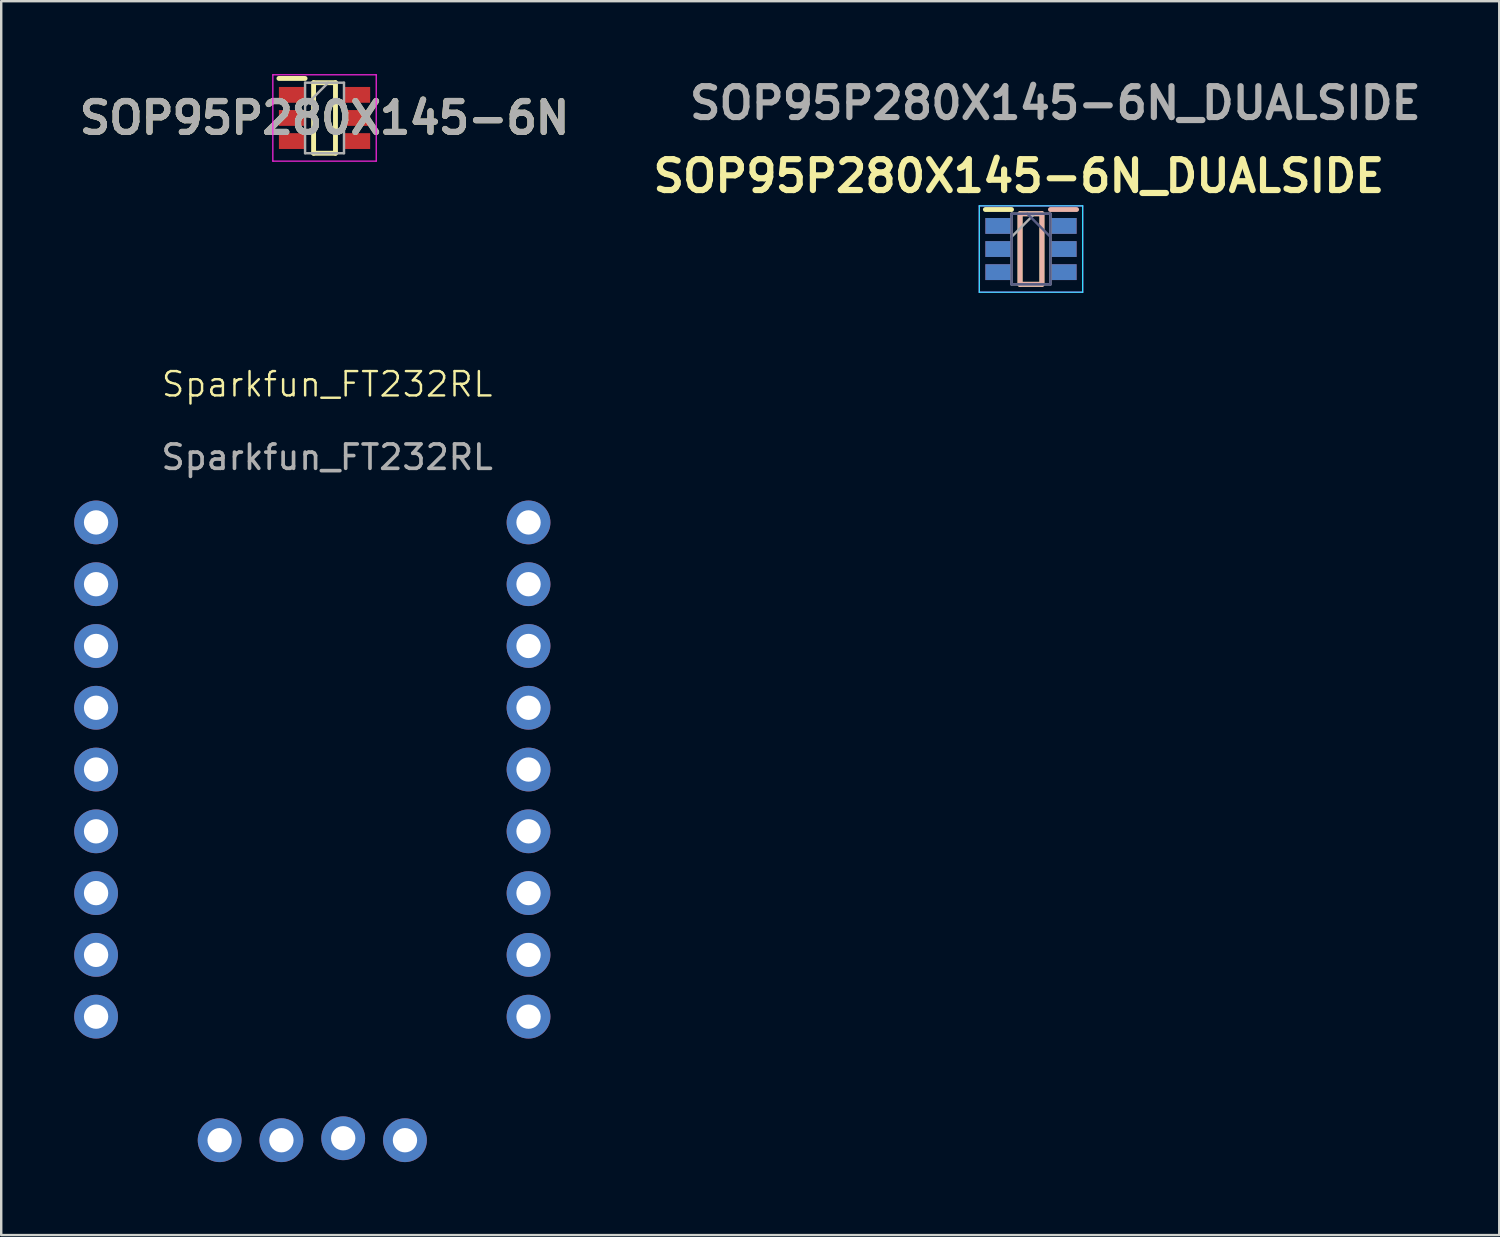
<source format=kicad_pcb>
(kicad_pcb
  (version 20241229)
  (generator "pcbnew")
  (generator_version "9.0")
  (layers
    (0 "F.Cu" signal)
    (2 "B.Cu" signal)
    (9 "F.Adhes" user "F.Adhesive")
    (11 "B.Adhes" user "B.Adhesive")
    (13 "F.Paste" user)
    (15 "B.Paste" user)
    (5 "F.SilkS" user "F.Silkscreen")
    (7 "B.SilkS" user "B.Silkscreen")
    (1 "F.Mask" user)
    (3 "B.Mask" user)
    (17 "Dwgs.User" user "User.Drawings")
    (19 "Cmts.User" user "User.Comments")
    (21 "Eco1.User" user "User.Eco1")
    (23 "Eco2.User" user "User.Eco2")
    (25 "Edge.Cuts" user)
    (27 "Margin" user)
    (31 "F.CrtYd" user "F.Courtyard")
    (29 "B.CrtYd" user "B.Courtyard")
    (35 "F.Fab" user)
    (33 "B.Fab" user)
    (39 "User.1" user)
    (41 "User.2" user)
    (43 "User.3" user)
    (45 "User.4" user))
  (footprint "Sparkfun_FT232RL"
    (layer "F.Cu")
    (at 0.9 38.749)
    (property "Reference" "Sparkfun_FT232RL" (at 9.5 -26 0) (unlocked yes) (layer "F.SilkS") (effects (font (size 1 1) (thickness 0.1))))
    (attr through_hole)
    (fp_text user "${REFERENCE}" (at 9.5 -23 0) (unlocked yes) (layer "F.Fab") (effects (font (size 1 1) (thickness 0.15))))
    (pad "1" thru_hole circle (at 0 -20.32) (size 1.8 1.8) (drill 1) (layers "*.Cu" "*.Mask"))
    (pad "2" thru_hole circle (at 0 -17.78) (size 1.8 1.8) (drill 1) (layers "*.Cu" "*.Mask"))
    (pad "3" thru_hole circle (at 0 -15.24) (size 1.8 1.8) (drill 1) (layers "*.Cu" "*.Mask"))
    (pad "4" thru_hole circle (at 0 -12.7) (size 1.8 1.8) (drill 1) (layers "*.Cu" "*.Mask"))
    (pad "5" thru_hole circle (at 0 -10.16) (size 1.8 1.8) (drill 1) (layers "*.Cu" "*.Mask"))
    (pad "6" thru_hole circle (at 0 -7.62) (size 1.8 1.8) (drill 1) (layers "*.Cu" "*.Mask"))
    (pad "7" thru_hole circle (at 0 -5.08) (size 1.8 1.8) (drill 1) (layers "*.Cu" "*.Mask"))
    (pad "8" thru_hole circle (at 0 -2.54) (size 1.8 1.8) (drill 1) (layers "*.Cu" "*.Mask"))
    (pad "9" thru_hole circle (at 0 0) (size 1.8 1.8) (drill 1) (layers "*.Cu" "*.Mask"))
    (pad "10" thru_hole circle (at 17.78 -20.32) (size 1.8 1.8) (drill 1) (layers "*.Cu" "*.Mask"))
    (pad "11" thru_hole circle (at 17.78 -17.78) (size 1.8 1.8) (drill 1) (layers "*.Cu" "*.Mask"))
    (pad "12" thru_hole circle (at 17.78 -15.24) (size 1.8 1.8) (drill 1) (layers "*.Cu" "*.Mask"))
    (pad "13" thru_hole circle (at 17.78 -12.7) (size 1.8 1.8) (drill 1) (layers "*.Cu" "*.Mask"))
    (pad "14" thru_hole circle (at 17.78 -10.16) (size 1.8 1.8) (drill 1) (layers "*.Cu" "*.Mask"))
    (pad "15" thru_hole circle (at 17.78 -7.62) (size 1.8 1.8) (drill 1) (layers "*.Cu" "*.Mask"))
    (pad "16" thru_hole circle (at 17.78 -5.08) (size 1.8 1.8) (drill 1) (layers "*.Cu" "*.Mask"))
    (pad "17" thru_hole circle (at 17.78 -2.54) (size 1.8 1.8) (drill 1) (layers "*.Cu" "*.Mask"))
    (pad "18" thru_hole circle (at 17.78 0) (size 1.8 1.8) (drill 1) (layers "*.Cu" "*.Mask"))
    (pad "19" thru_hole circle (at 5.08 5.08) (size 1.8 1.8) (drill 1) (layers "*.Cu" "*.Mask"))
    (pad "20" thru_hole circle (at 7.62 5.08) (size 1.8 1.8) (drill 1) (layers "*.Cu" "*.Mask"))
    (pad "21" thru_hole circle (at 10.16 5) (size 1.8 1.8) (drill 1) (layers "*.Cu" "*.Mask"))
    (pad "22" thru_hole circle (at 12.7 5.08) (size 1.8 1.8) (drill 1) (layers "*.Cu" "*.Mask")))
  (footprint "SOP95P280X145-6N_DUALSIDE"
    (layer "F.Cu")
    (at 39.338 7.189)
    (property "Reference" "SOP95P280X145-6N_DUALSIDE" (at -0.5 -3 0) (layer "F.SilkS") (effects (font (size 1.27 1.27) (thickness 0.254))))
    (attr smd)
    (fp_line (start -1.875 -1.625) (end -0.8 -1.625) (stroke (width 0.2) (type solid)) (layer "F.SilkS"))
    (fp_line (start -0.45 -1.45) (end 0.45 -1.45) (stroke (width 0.2) (type solid)) (layer "F.SilkS"))
    (fp_line (start -0.45 1.45) (end -0.45 -1.45) (stroke (width 0.2) (type solid)) (layer "F.SilkS"))
    (fp_line (start 0.45 -1.45) (end 0.45 1.45) (stroke (width 0.2) (type solid)) (layer "F.SilkS"))
    (fp_line (start 0.45 1.45) (end -0.45 1.45) (stroke (width 0.2) (type solid)) (layer "F.SilkS"))
    (fp_line (start -0.45 -1.45) (end 0.45 -1.45) (stroke (width 0.2) (type solid)) (layer "B.SilkS"))
    (fp_line (start -0.45 1.45) (end -0.45 -1.45) (stroke (width 0.2) (type solid)) (layer "B.SilkS"))
    (fp_line (start 0.45 -1.45) (end 0.45 1.45) (stroke (width 0.2) (type solid)) (layer "B.SilkS"))
    (fp_line (start 0.45 1.45) (end -0.45 1.45) (stroke (width 0.2) (type solid)) (layer "B.SilkS"))
    (fp_line (start 0.8 -1.625) (end 1.875 -1.625) (stroke (width 0.2) (type solid)) (layer "B.SilkS"))
    (fp_line (start -2.125 -1.775) (end 2.125 -1.775) (stroke (width 0.05) (type solid)) (layer "B.CrtYd"))
    (fp_line (start -2.125 1.775) (end -2.125 -1.775) (stroke (width 0.05) (type solid)) (layer "B.CrtYd"))
    (fp_line (start 2.125 -1.775) (end 2.125 1.775) (stroke (width 0.05) (type solid)) (layer "B.CrtYd"))
    (fp_line (start 2.125 1.775) (end -2.125 1.775) (stroke (width 0.05) (type solid)) (layer "B.CrtYd"))
    (fp_line (start -2.125 -1.775) (end 2.125 -1.775) (stroke (width 0.05) (type solid)) (layer "F.CrtYd"))
    (fp_line (start -2.125 1.775) (end -2.125 -1.775) (stroke (width 0.05) (type solid)) (layer "F.CrtYd"))
    (fp_line (start 2.125 -1.775) (end 2.125 1.775) (stroke (width 0.05) (type solid)) (layer "F.CrtYd"))
    (fp_line (start 2.125 1.775) (end -2.125 1.775) (stroke (width 0.05) (type solid)) (layer "F.CrtYd"))
    (fp_line (start -0.8 -1.45) (end 0.8 -1.45) (stroke (width 0.1) (type solid)) (layer "B.Fab"))
    (fp_line (start -0.8 1.45) (end -0.8 -1.45) (stroke (width 0.1) (type solid)) (layer "B.Fab"))
    (fp_line (start -0.15 -1.45) (end 0.8 -0.5) (stroke (width 0.1) (type solid)) (layer "B.Fab"))
    (fp_line (start 0.8 -1.45) (end 0.8 1.45) (stroke (width 0.1) (type solid)) (layer "B.Fab"))
    (fp_line (start 0.8 1.45) (end -0.8 1.45) (stroke (width 0.1) (type solid)) (layer "B.Fab"))
    (fp_line (start -0.8 -1.45) (end 0.8 -1.45) (stroke (width 0.1) (type solid)) (layer "F.Fab"))
    (fp_line (start -0.8 -0.5) (end 0.15 -1.45) (stroke (width 0.1) (type solid)) (layer "F.Fab"))
    (fp_line (start -0.8 1.45) (end -0.8 -1.45) (stroke (width 0.1) (type solid)) (layer "F.Fab"))
    (fp_line (start 0.8 -1.45) (end 0.8 1.45) (stroke (width 0.1) (type solid)) (layer "F.Fab"))
    (fp_line (start 0.8 1.45) (end -0.8 1.45) (stroke (width 0.1) (type solid)) (layer "F.Fab"))
    (fp_text user "${REFERENCE}" (at 1 -6 0) (layer "F.Fab") (effects (font (size 1.27 1.27) (thickness 0.254))))
    (pad "1" smd rect (at -1.338 -0.95 90) (size 0.65 1.075) (layers "F.Cu" "F.Mask" "F.Paste"))
    (pad "1" smd rect (at 1.338 -0.95 270) (size 0.65 1.075) (layers "B.Cu" "B.Mask" "B.Paste"))
    (pad "2" smd rect (at -1.338 0 90) (size 0.65 1.075) (layers "F.Cu" "F.Mask" "F.Paste"))
    (pad "2" smd rect (at 1.338 0 270) (size 0.65 1.075) (layers "B.Cu" "B.Mask" "B.Paste"))
    (pad "3" smd rect (at -1.338 0.95 90) (size 0.65 1.075) (layers "F.Cu" "F.Mask" "F.Paste"))
    (pad "3" smd rect (at 1.338 0.95 270) (size 0.65 1.075) (layers "B.Cu" "B.Mask" "B.Paste"))
    (pad "4" smd rect (at -1.338 0.95 270) (size 0.65 1.075) (layers "B.Cu" "B.Mask" "B.Paste"))
    (pad "4" smd rect (at 1.338 0.95 90) (size 0.65 1.075) (layers "F.Cu" "F.Mask" "F.Paste"))
    (pad "5" smd rect (at -1.338 0 270) (size 0.65 1.075) (layers "B.Cu" "B.Mask" "B.Paste"))
    (pad "5" smd rect (at 1.338 0 90) (size 0.65 1.075) (layers "F.Cu" "F.Mask" "F.Paste"))
    (pad "6" smd rect (at -1.338 -0.95 270) (size 0.65 1.075) (layers "B.Cu" "B.Mask" "B.Paste"))
    (pad "6" smd rect (at 1.338 -0.95 90) (size 0.65 1.075) (layers "F.Cu" "F.Mask" "F.Paste")))
  (footprint "SOP95P280X145-6N"
    (layer "F.Cu")
    (at 10.293 1.8)
    (property "Reference" "SOP95P280X145-6N" (at 0 0 0) (layer "F.SilkS") (effects (font (size 1.27 1.27) (thickness 0.254))))
    (attr smd)
    (fp_line (start -1.875 -1.625) (end -0.8 -1.625) (stroke (width 0.2) (type solid)) (layer "F.SilkS"))
    (fp_line (start -0.45 -1.45) (end 0.45 -1.45) (stroke (width 0.2) (type solid)) (layer "F.SilkS"))
    (fp_line (start -0.45 1.45) (end -0.45 -1.45) (stroke (width 0.2) (type solid)) (layer "F.SilkS"))
    (fp_line (start 0.45 -1.45) (end 0.45 1.45) (stroke (width 0.2) (type solid)) (layer "F.SilkS"))
    (fp_line (start 0.45 1.45) (end -0.45 1.45) (stroke (width 0.2) (type solid)) (layer "F.SilkS"))
    (fp_line (start -2.125 -1.775) (end 2.125 -1.775) (stroke (width 0.05) (type solid)) (layer "F.CrtYd"))
    (fp_line (start -2.125 1.775) (end -2.125 -1.775) (stroke (width 0.05) (type solid)) (layer "F.CrtYd"))
    (fp_line (start 2.125 -1.775) (end 2.125 1.775) (stroke (width 0.05) (type solid)) (layer "F.CrtYd"))
    (fp_line (start 2.125 1.775) (end -2.125 1.775) (stroke (width 0.05) (type solid)) (layer "F.CrtYd"))
    (fp_line (start -0.8 -1.45) (end 0.8 -1.45) (stroke (width 0.1) (type solid)) (layer "F.Fab"))
    (fp_line (start -0.8 -0.5) (end 0.15 -1.45) (stroke (width 0.1) (type solid)) (layer "F.Fab"))
    (fp_line (start -0.8 1.45) (end -0.8 -1.45) (stroke (width 0.1) (type solid)) (layer "F.Fab"))
    (fp_line (start 0.8 -1.45) (end 0.8 1.45) (stroke (width 0.1) (type solid)) (layer "F.Fab"))
    (fp_line (start 0.8 1.45) (end -0.8 1.45) (stroke (width 0.1) (type solid)) (layer "F.Fab"))
    (fp_text user "${REFERENCE}" (at 0 0 0) (layer "F.Fab") (effects (font (size 1.27 1.27) (thickness 0.254))))
    (pad "1" smd rect (at -1.338 -0.95 90) (size 0.65 1.075) (layers "F.Cu" "F.Mask" "F.Paste"))
    (pad "2" smd rect (at -1.338 0 90) (size 0.65 1.075) (layers "F.Cu" "F.Mask" "F.Paste"))
    (pad "3" smd rect (at -1.338 0.95 90) (size 0.65 1.075) (layers "F.Cu" "F.Mask" "F.Paste"))
    (pad "4" smd rect (at 1.338 0.95 90) (size 0.65 1.075) (layers "F.Cu" "F.Mask" "F.Paste"))
    (pad "5" smd rect (at 1.338 0 90) (size 0.65 1.075) (layers "F.Cu" "F.Mask" "F.Paste"))
    (pad "6" smd rect (at 1.338 -0.95 90) (size 0.65 1.075) (layers "F.Cu" "F.Mask" "F.Paste")))
  (gr_rect
    (start -3 -3)
    (end 58.59 47.729)
    (stroke (width 0.1) (type default))
    (fill no)
    (layer "Edge.Cuts")))
</source>
